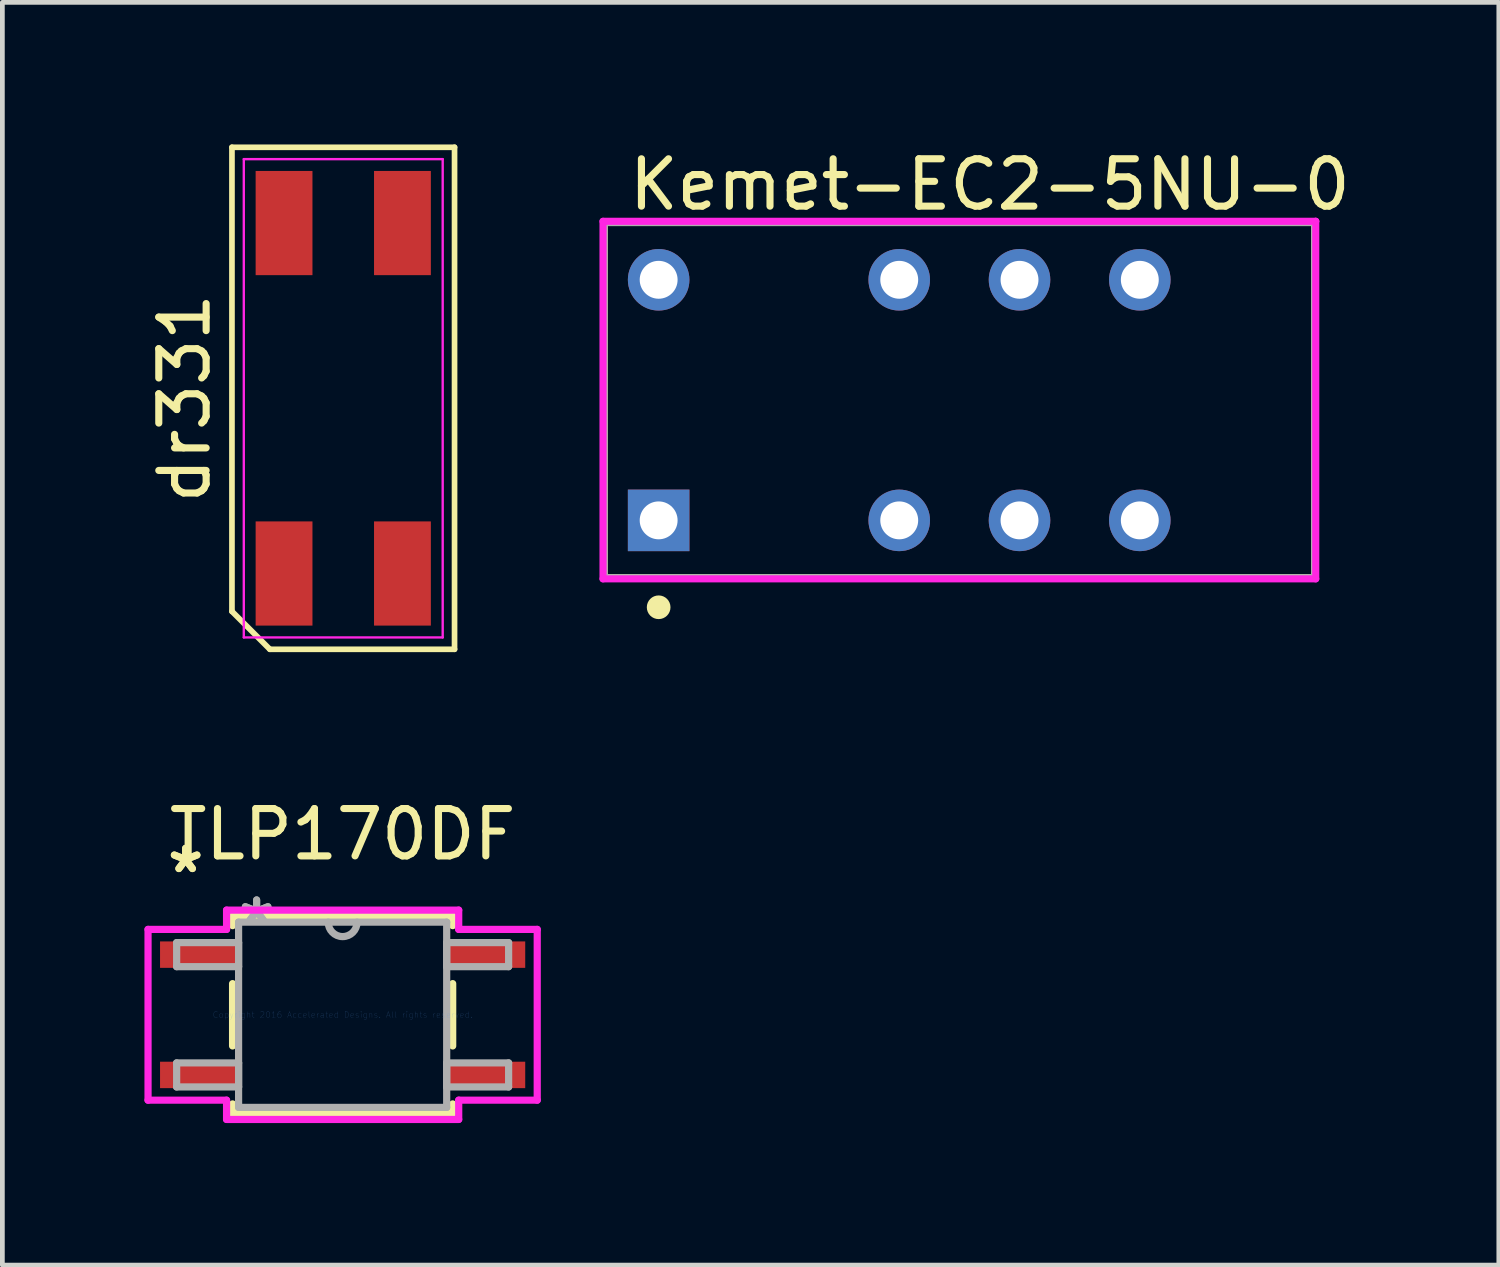
<source format=kicad_pcb>
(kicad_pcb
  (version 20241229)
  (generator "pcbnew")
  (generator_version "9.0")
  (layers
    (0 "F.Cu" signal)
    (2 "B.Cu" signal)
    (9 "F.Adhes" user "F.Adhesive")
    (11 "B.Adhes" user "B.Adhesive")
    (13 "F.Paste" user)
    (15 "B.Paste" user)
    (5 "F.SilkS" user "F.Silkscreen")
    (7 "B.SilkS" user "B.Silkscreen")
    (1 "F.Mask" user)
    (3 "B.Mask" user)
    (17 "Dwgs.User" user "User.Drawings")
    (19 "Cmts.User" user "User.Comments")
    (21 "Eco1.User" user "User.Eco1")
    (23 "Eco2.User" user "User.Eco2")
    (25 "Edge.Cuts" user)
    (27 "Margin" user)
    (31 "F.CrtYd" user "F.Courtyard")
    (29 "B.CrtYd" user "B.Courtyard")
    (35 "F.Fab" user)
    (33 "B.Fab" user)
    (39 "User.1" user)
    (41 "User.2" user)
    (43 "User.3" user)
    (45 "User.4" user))
  (footprint "TLP170DF"
    (layer "F.Cu")
    (at 4.185 18.378)
    (property "Reference" "TLP170DF" (at 0 -3.81 0) (layer "F.SilkS") (effects (font (size 1 1) (thickness 0.15))))
    (attr through_hole)
    (fp_line (start -2.324 -2.083) (end -2.324 -1.882) (stroke (width 0.152) (type solid)) (layer "F.SilkS"))
    (fp_line (start -2.324 -0.658) (end -2.324 0.658) (stroke (width 0.152) (type solid)) (layer "F.SilkS"))
    (fp_line (start -2.324 1.882) (end -2.324 2.083) (stroke (width 0.152) (type solid)) (layer "F.SilkS"))
    (fp_line (start -2.324 2.083) (end 2.324 2.083) (stroke (width 0.152) (type solid)) (layer "F.SilkS"))
    (fp_line (start 2.324 -2.083) (end -2.324 -2.083) (stroke (width 0.152) (type solid)) (layer "F.SilkS"))
    (fp_line (start 2.324 -1.882) (end 2.324 -2.083) (stroke (width 0.152) (type solid)) (layer "F.SilkS"))
    (fp_line (start 2.324 0.658) (end 2.324 -0.658) (stroke (width 0.152) (type solid)) (layer "F.SilkS"))
    (fp_line (start 2.324 2.083) (end 2.324 1.882) (stroke (width 0.152) (type solid)) (layer "F.SilkS"))
    (fp_line (start -4.109 -1.803) (end -2.451 -1.803) (stroke (width 0.152) (type solid)) (layer "F.CrtYd"))
    (fp_line (start -4.109 1.803) (end -4.109 -1.803) (stroke (width 0.152) (type solid)) (layer "F.CrtYd"))
    (fp_line (start -2.451 -2.21) (end 2.451 -2.21) (stroke (width 0.152) (type solid)) (layer "F.CrtYd"))
    (fp_line (start -2.451 -1.803) (end -2.451 -2.21) (stroke (width 0.152) (type solid)) (layer "F.CrtYd"))
    (fp_line (start -2.451 1.803) (end -4.109 1.803) (stroke (width 0.152) (type solid)) (layer "F.CrtYd"))
    (fp_line (start -2.451 2.21) (end -2.451 1.803) (stroke (width 0.152) (type solid)) (layer "F.CrtYd"))
    (fp_line (start 2.451 -2.21) (end 2.451 -1.803) (stroke (width 0.152) (type solid)) (layer "F.CrtYd"))
    (fp_line (start 2.451 -1.803) (end 4.109 -1.803) (stroke (width 0.152) (type solid)) (layer "F.CrtYd"))
    (fp_line (start 2.451 1.803) (end 2.451 2.21) (stroke (width 0.152) (type solid)) (layer "F.CrtYd"))
    (fp_line (start 2.451 2.21) (end -2.451 2.21) (stroke (width 0.152) (type solid)) (layer "F.CrtYd"))
    (fp_line (start 4.109 -1.803) (end 4.109 1.803) (stroke (width 0.152) (type solid)) (layer "F.CrtYd"))
    (fp_line (start 4.109 1.803) (end 2.451 1.803) (stroke (width 0.152) (type solid)) (layer "F.CrtYd"))
    (fp_line (start -3.505 -1.524) (end -3.505 -1.016) (stroke (width 0.152) (type solid)) (layer "F.Fab"))
    (fp_line (start -3.505 -1.016) (end -2.197 -1.016) (stroke (width 0.152) (type solid)) (layer "F.Fab"))
    (fp_line (start -3.505 1.016) (end -3.505 1.524) (stroke (width 0.152) (type solid)) (layer "F.Fab"))
    (fp_line (start -3.505 1.524) (end -2.197 1.524) (stroke (width 0.152) (type solid)) (layer "F.Fab"))
    (fp_line (start -2.197 -1.956) (end -2.197 1.956) (stroke (width 0.152) (type solid)) (layer "F.Fab"))
    (fp_line (start -2.197 -1.524) (end -3.505 -1.524) (stroke (width 0.152) (type solid)) (layer "F.Fab"))
    (fp_line (start -2.197 -1.016) (end -2.197 -1.524) (stroke (width 0.152) (type solid)) (layer "F.Fab"))
    (fp_line (start -2.197 1.016) (end -3.505 1.016) (stroke (width 0.152) (type solid)) (layer "F.Fab"))
    (fp_line (start -2.197 1.524) (end -2.197 1.016) (stroke (width 0.152) (type solid)) (layer "F.Fab"))
    (fp_line (start -2.197 1.956) (end 2.197 1.956) (stroke (width 0.152) (type solid)) (layer "F.Fab"))
    (fp_line (start 2.197 -1.956) (end -2.197 -1.956) (stroke (width 0.152) (type solid)) (layer "F.Fab"))
    (fp_line (start 2.197 -1.524) (end 2.197 -1.016) (stroke (width 0.152) (type solid)) (layer "F.Fab"))
    (fp_line (start 2.197 -1.016) (end 3.505 -1.016) (stroke (width 0.152) (type solid)) (layer "F.Fab"))
    (fp_line (start 2.197 1.016) (end 2.197 1.524) (stroke (width 0.152) (type solid)) (layer "F.Fab"))
    (fp_line (start 2.197 1.524) (end 3.505 1.524) (stroke (width 0.152) (type solid)) (layer "F.Fab"))
    (fp_line (start 2.197 1.956) (end 2.197 -1.956) (stroke (width 0.152) (type solid)) (layer "F.Fab"))
    (fp_line (start 3.505 -1.524) (end 2.197 -1.524) (stroke (width 0.152) (type solid)) (layer "F.Fab"))
    (fp_line (start 3.505 -1.016) (end 3.505 -1.524) (stroke (width 0.152) (type solid)) (layer "F.Fab"))
    (fp_line (start 3.505 1.016) (end 2.197 1.016) (stroke (width 0.152) (type solid)) (layer "F.Fab"))
    (fp_line (start 3.505 1.524) (end 3.505 1.016) (stroke (width 0.152) (type solid)) (layer "F.Fab"))
    (fp_arc (start 0.3048 -1.9558) (mid 0 -1.651) (end -0.3048 -1.9558) (stroke (width 0.1524) (type solid)) (layer "F.Fab"))
    (fp_text user "*" (at -3.315 -2.971 0) (layer "F.SilkS") (effects (font (size 1 1) (thickness 0.15))))
    (fp_text user "*" (at -3.315 -2.971 0) (layer "F.SilkS") (effects (font (size 1 1) (thickness 0.15))))
    (fp_text user "Copyright 2016 Accelerated Designs. All rights reserved." (at 0 0 0) (layer "Cmts.User") (effects (font (size 0.127 0.127) (thickness 0.002))))
    (fp_text user "*" (at -1.816 -1.88 0) (layer "F.Fab") (effects (font (size 1 1) (thickness 0.15))))
    (fp_text user "*" (at -1.816 -1.88 0) (layer "F.Fab") (effects (font (size 1 1) (thickness 0.15))))
    (pad "1" smd rect (at -3.061 -1.27) (size 1.589 0.558) (layers "F.Cu" "F.Mask" "F.Paste"))
    (pad "2" smd rect (at -3.061 1.27) (size 1.589 0.558) (layers "F.Cu" "F.Mask" "F.Paste"))
    (pad "3" smd rect (at 3.061 1.27) (size 1.589 0.558) (layers "F.Cu" "F.Mask" "F.Paste"))
    (pad "4" smd rect (at 3.061 -1.27) (size 1.589 0.558) (layers "F.Cu" "F.Mask" "F.Paste")))
  (footprint "Kemet-EC2-5NU-0"
    (layer "F.Cu")
    (at 17.208 5.398)
    (property "Reference" "Kemet-EC2-5NU-0" (at -7.05 -4.55 0) (layer "F.SilkS") (effects (font (size 1 1) (thickness 0.15)) (justify left)))
    (attr through_hole)
    (fp_line (start -7.5 -3.75) (end 7.5 -3.75) (stroke (width 0.15) (type solid)) (layer "F.SilkS"))
    (fp_line (start -7.5 3.75) (end -7.5 -3.75) (stroke (width 0.15) (type solid)) (layer "F.SilkS"))
    (fp_line (start 7.5 -3.75) (end 7.5 3.75) (stroke (width 0.15) (type solid)) (layer "F.SilkS"))
    (fp_line (start 7.5 3.75) (end -7.5 3.75) (stroke (width 0.15) (type solid)) (layer "F.SilkS"))
    (fp_circle (center -6.35 4.375) (end -6.225 4.375) (stroke (width 0.25) (type solid)) (fill no) (layer "F.SilkS"))
    (fp_line (start -7.525 -3.775) (end -7.525 3.775) (stroke (width 0.15) (type solid)) (layer "F.CrtYd"))
    (fp_line (start -7.525 3.775) (end 7.525 3.775) (stroke (width 0.15) (type solid)) (layer "F.CrtYd"))
    (fp_line (start 7.525 -3.775) (end -7.525 -3.775) (stroke (width 0.15) (type solid)) (layer "F.CrtYd"))
    (fp_line (start 7.525 -3.775) (end 7.525 -3.775) (stroke (width 0.15) (type solid)) (layer "F.CrtYd"))
    (fp_line (start 7.525 3.775) (end 7.525 -3.775) (stroke (width 0.15) (type solid)) (layer "F.CrtYd"))
    (fp_line (start -7.5 -3.75) (end 7.5 -3.75) (stroke (width 0.15) (type solid)) (layer "F.Fab"))
    (fp_line (start -7.5 3.75) (end -7.5 -3.75) (stroke (width 0.15) (type solid)) (layer "F.Fab"))
    (fp_line (start 7.5 -3.75) (end 7.5 3.75) (stroke (width 0.15) (type solid)) (layer "F.Fab"))
    (fp_line (start 7.5 3.75) (end -7.5 3.75) (stroke (width 0.15) (type solid)) (layer "F.Fab"))
    (pad "1" thru_hole rect (at -6.35 2.54) (size 1.3 1.3) (drill 0.8) (layers "*.Cu" "*.Paste" "*.Mask"))
    (pad "3" thru_hole circle (at -1.27 2.54) (size 1.3 1.3) (drill 0.8) (layers "*.Cu" "*.Paste" "*.Mask"))
    (pad "4" thru_hole circle (at 1.27 2.54) (size 1.3 1.3) (drill 0.8) (layers "*.Cu" "*.Paste" "*.Mask"))
    (pad "5" thru_hole circle (at 3.81 2.54) (size 1.3 1.3) (drill 0.8) (layers "*.Cu" "*.Paste" "*.Mask"))
    (pad "8" thru_hole circle (at 3.81 -2.54) (size 1.3 1.3) (drill 0.8) (layers "*.Cu" "*.Paste" "*.Mask"))
    (pad "9" thru_hole circle (at 1.27 -2.54) (size 1.3 1.3) (drill 0.8) (layers "*.Cu" "*.Paste" "*.Mask"))
    (pad "10" thru_hole circle (at -1.27 -2.54) (size 1.3 1.3) (drill 0.8) (layers "*.Cu" "*.Paste" "*.Mask"))
    (pad "12" thru_hole circle (at -6.35 -2.54) (size 1.3 1.3) (drill 0.8) (layers "*.Cu" "*.Paste" "*.Mask")))
  (footprint "dr331"
    (layer "F.Cu")
    (at 4.198 5.36)
    (property "Reference" "dr331" (at -3.35 0 90) (layer "F.SilkS") (effects (font (size 1 1) (thickness 0.15))))
    (attr smd)
    (fp_line (start -2.35 -5.3) (end 2.35 -5.3) (stroke (width 0.12) (type solid)) (layer "F.SilkS"))
    (fp_line (start -2.35 4.5) (end -2.35 -5.3) (stroke (width 0.12) (type solid)) (layer "F.SilkS"))
    (fp_line (start -1.55 5.3) (end -2.35 4.5) (stroke (width 0.12) (type solid)) (layer "F.SilkS"))
    (fp_line (start 2.35 -5.3) (end 2.35 5.3) (stroke (width 0.12) (type solid)) (layer "F.SilkS"))
    (fp_line (start 2.35 5.3) (end -1.55 5.3) (stroke (width 0.12) (type solid)) (layer "F.SilkS"))
    (fp_line (start -2.1 -5.05) (end 2.1 -5.05) (stroke (width 0.05) (type solid)) (layer "F.CrtYd"))
    (fp_line (start -2.1 5.05) (end -2.1 -5.05) (stroke (width 0.05) (type solid)) (layer "F.CrtYd"))
    (fp_line (start 2.1 -5.05) (end 2.1 5.05) (stroke (width 0.05) (type solid)) (layer "F.CrtYd"))
    (fp_line (start 2.1 5.05) (end -2.1 5.05) (stroke (width 0.05) (type solid)) (layer "F.CrtYd"))
    (pad "1" smd rect (at -1.25 3.7) (size 1.2 2.2) (layers "F.Cu" "F.Mask" "F.Paste"))
    (pad "2" smd rect (at 1.25 3.7) (size 1.2 2.2) (layers "F.Cu" "F.Mask" "F.Paste"))
    (pad "3" smd rect (at 1.25 -3.7) (size 1.2 2.2) (layers "F.Cu" "F.Mask" "F.Paste"))
    (pad "4" smd rect (at -1.25 -3.7) (size 1.2 2.2) (layers "F.Cu" "F.Mask" "F.Paste")))
  (gr_rect
    (start -3 -3)
    (end 28.599 23.664)
    (stroke (width 0.1) (type default))
    (fill no)
    (layer "Edge.Cuts")))
</source>
